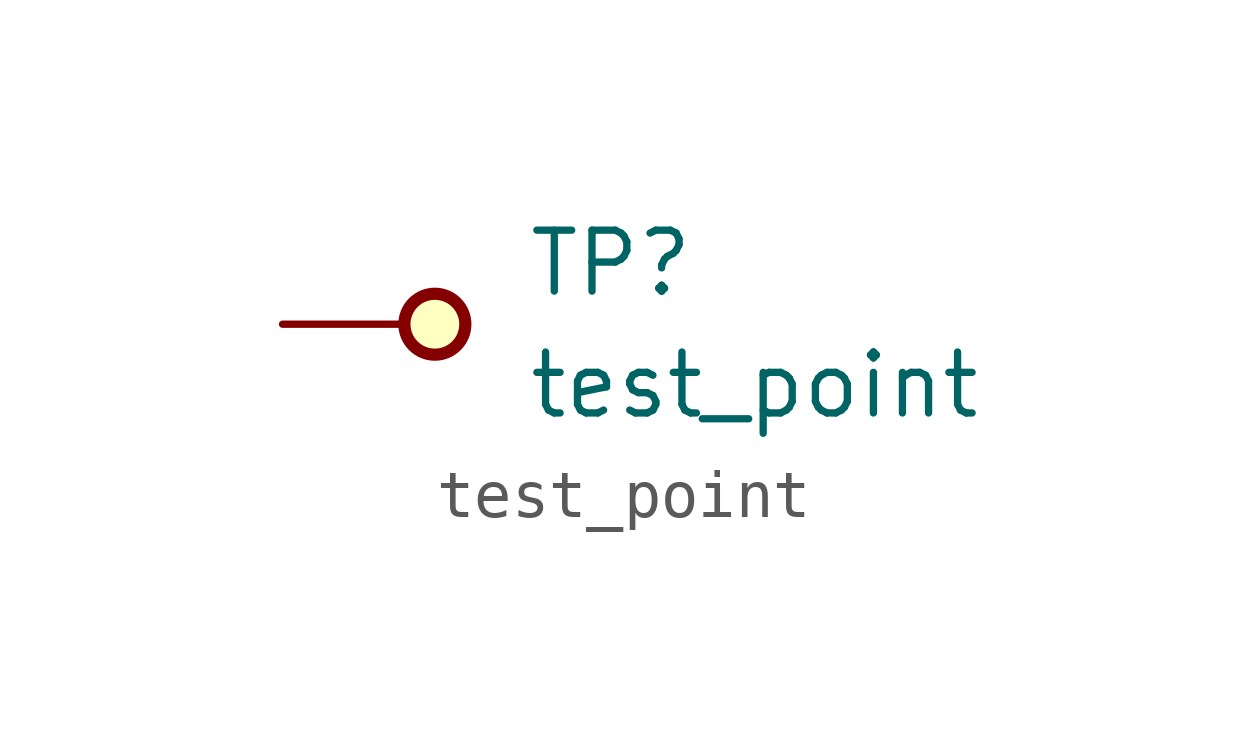
<source format=kicad_sym>
(kicad_symbol_lib
  (version 20241209)
  (generator "kicad_symbol_editor")
  (generator_version "9.0")
  (symbol "test_point"
    (pin_numbers
      (hide yes))
    (pin_names
      (hide yes))
    (property "Reference" "TP"
      (at 5.08 1.27 0)
      (effects (font (size 1.27 1.27)) (justify left)))
    (property "Value" "test_point"
      (at 5.08 -1.27 0)
      (effects (font (size 1.27 1.27)) (justify left)))
    (symbol "test_point_0_1"
      (circle (center 3.175 0) (radius 0.635) (stroke (width 0.254) (type default)) (fill (type background))))
    (symbol "test_point_1_1"
      (pin passive line (at 0 0 0) (length 2.54) (name "" (effects (font (size 1.27 1.27)))) (number "1" (effects (font (size 1.27 1.27))))))))
</source>
